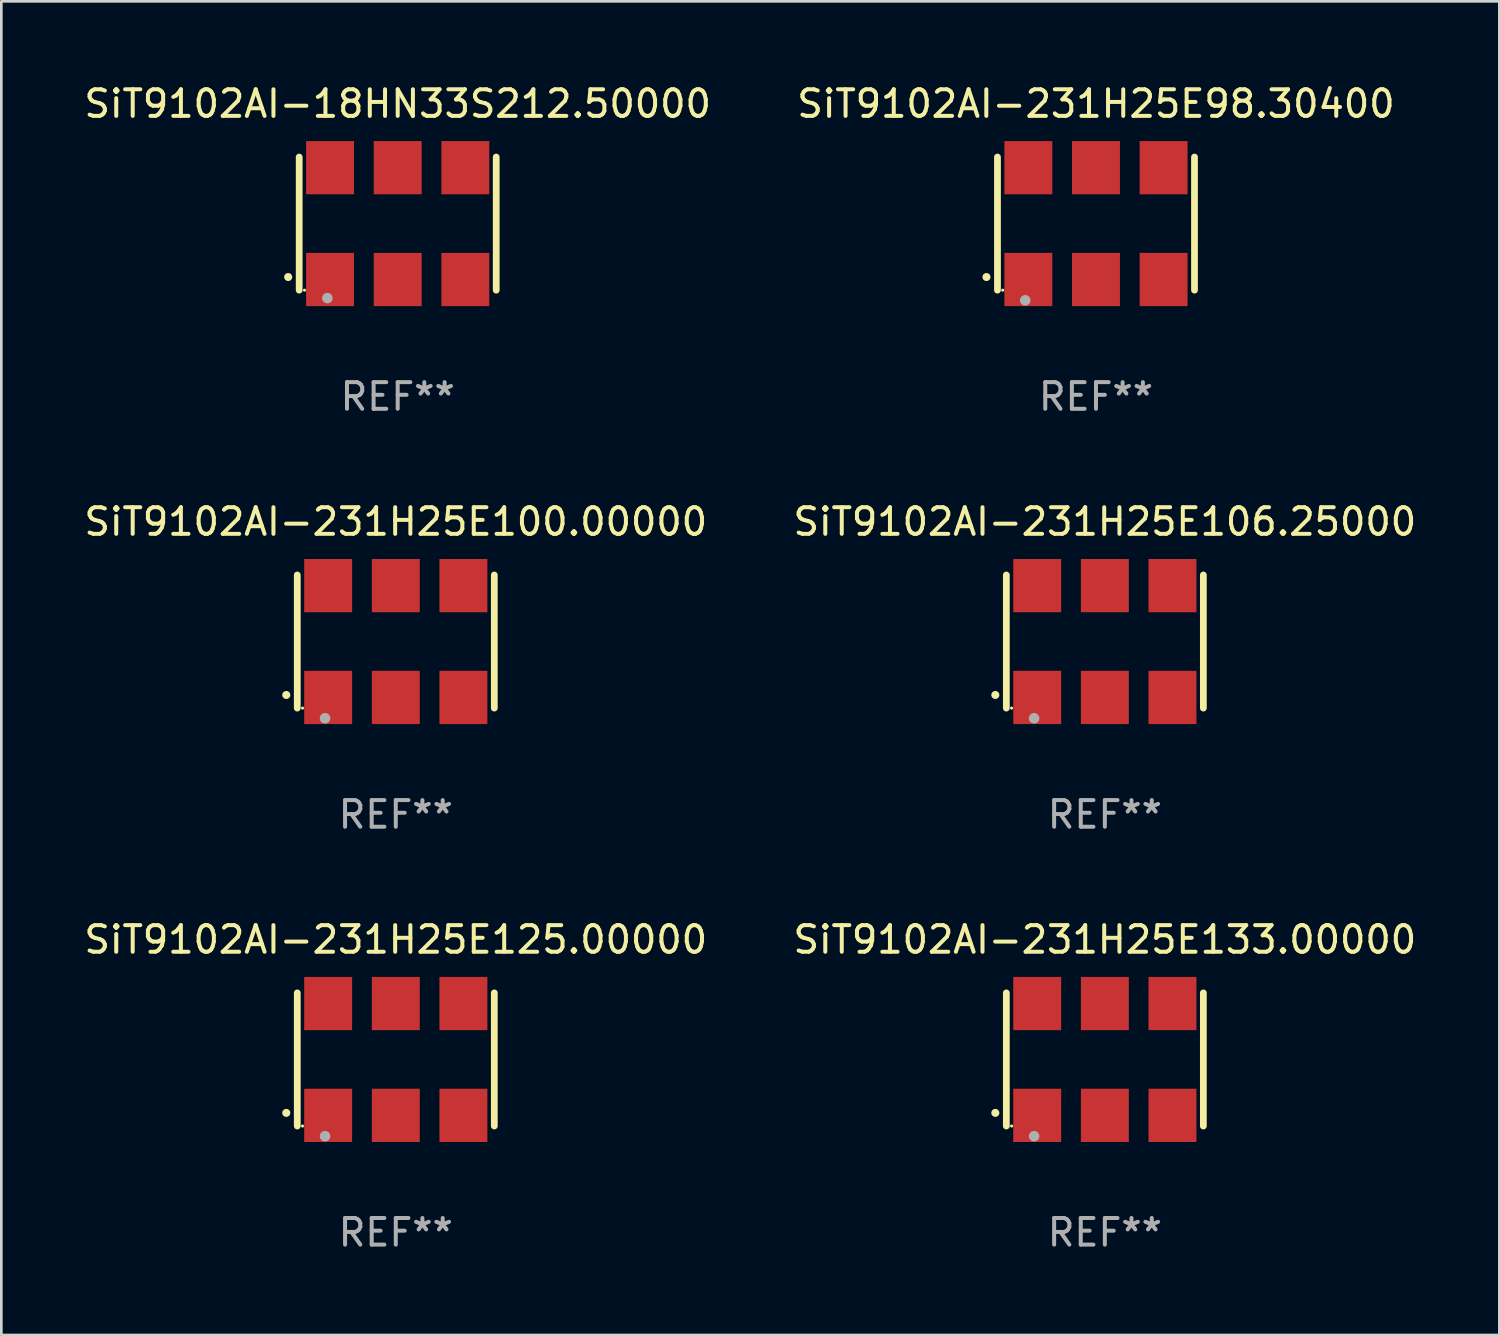
<source format=kicad_pcb>
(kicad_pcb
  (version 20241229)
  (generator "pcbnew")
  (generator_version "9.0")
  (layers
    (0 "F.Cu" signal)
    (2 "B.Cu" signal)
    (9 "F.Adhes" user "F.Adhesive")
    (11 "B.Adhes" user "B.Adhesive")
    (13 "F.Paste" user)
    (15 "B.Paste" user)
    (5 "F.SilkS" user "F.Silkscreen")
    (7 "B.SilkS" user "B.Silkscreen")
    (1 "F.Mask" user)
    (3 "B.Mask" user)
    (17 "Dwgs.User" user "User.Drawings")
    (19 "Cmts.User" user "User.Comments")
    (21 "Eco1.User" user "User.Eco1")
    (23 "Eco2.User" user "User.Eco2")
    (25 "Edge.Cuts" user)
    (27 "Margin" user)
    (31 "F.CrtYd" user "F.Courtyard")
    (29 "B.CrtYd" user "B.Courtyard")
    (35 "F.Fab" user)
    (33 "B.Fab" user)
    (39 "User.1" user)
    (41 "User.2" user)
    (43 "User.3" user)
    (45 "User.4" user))
  (footprint "SiT9102AI-231H25E125.00000"
    (layer "F.Cu")
    (at 11.815 36.741)
    (property "Reference" "SiT9102AI-231H25E125.00000" (at 0 -4.5 0) (layer "F.SilkS") (effects (font (size 1 1) (thickness 0.15))))
    (attr through_hole)
    (fp_line (start -3.7 -2.5) (end -3.7 2.5) (stroke (width 0.254) (type solid)) (layer "F.SilkS"))
    (fp_line (start 3.7 -2.5) (end 3.7 2.5) (stroke (width 0.254) (type solid)) (layer "F.SilkS"))
    (fp_arc (start -4.114415 2.006604) (mid -4.113145 2.006599) (end -4.111875 2.006604) (stroke (width 0.3) (type solid)) (layer "F.SilkS"))
    (fp_circle (center -3.502 2.5) (end -3.472 2.5) (stroke (width 0.06) (type solid)) (fill no) (layer "F.SilkS"))
    (fp_circle (center -2.657 2.882) (end -2.557 2.882) (stroke (width 0.2) (type solid)) (fill no) (layer "F.Fab"))
    (fp_text user "REF**" (at 0 6.5 0) (layer "F.Fab") (effects (font (size 1 1) (thickness 0.15))))
    (pad "1" smd rect (at -2.54 2.1) (size 1.8 2) (layers "F.Cu" "F.Mask" "F.Paste"))
    (pad "2" smd rect (at 0.000394 2.1) (size 1.8 2) (layers "F.Cu" "F.Mask" "F.Paste"))
    (pad "3" smd rect (at 2.54 2.1) (size 1.8 2) (layers "F.Cu" "F.Mask" "F.Paste"))
    (pad "4" smd rect (at 2.54 -2.1) (size 1.8 2) (layers "F.Cu" "F.Mask" "F.Paste"))
    (pad "5" smd rect (at 0.000394 -2.1) (size 1.8 2) (layers "F.Cu" "F.Mask" "F.Paste"))
    (pad "6" smd rect (at -2.54 -2.1) (size 1.8 2) (layers "F.Cu" "F.Mask" "F.Paste")))
  (footprint "SiT9102AI-231H25E100.00000"
    (layer "F.Cu")
    (at 11.815 21.045)
    (property "Reference" "SiT9102AI-231H25E100.00000" (at 0 -4.5 0) (layer "F.SilkS") (effects (font (size 1 1) (thickness 0.15))))
    (attr through_hole)
    (fp_line (start -3.7 -2.5) (end -3.7 2.5) (stroke (width 0.254) (type solid)) (layer "F.SilkS"))
    (fp_line (start 3.7 -2.5) (end 3.7 2.5) (stroke (width 0.254) (type solid)) (layer "F.SilkS"))
    (fp_arc (start -4.114415 2.006604) (mid -4.113145 2.006599) (end -4.111875 2.006604) (stroke (width 0.3) (type solid)) (layer "F.SilkS"))
    (fp_circle (center -3.502 2.5) (end -3.472 2.5) (stroke (width 0.06) (type solid)) (fill no) (layer "F.SilkS"))
    (fp_circle (center -2.657 2.882) (end -2.557 2.882) (stroke (width 0.2) (type solid)) (fill no) (layer "F.Fab"))
    (fp_text user "REF**" (at 0 6.5 0) (layer "F.Fab") (effects (font (size 1 1) (thickness 0.15))))
    (pad "1" smd rect (at -2.54 2.1) (size 1.8 2) (layers "F.Cu" "F.Mask" "F.Paste"))
    (pad "2" smd rect (at 0.000394 2.1) (size 1.8 2) (layers "F.Cu" "F.Mask" "F.Paste"))
    (pad "3" smd rect (at 2.54 2.1) (size 1.8 2) (layers "F.Cu" "F.Mask" "F.Paste"))
    (pad "4" smd rect (at 2.54 -2.1) (size 1.8 2) (layers "F.Cu" "F.Mask" "F.Paste"))
    (pad "5" smd rect (at 0.000394 -2.1) (size 1.8 2) (layers "F.Cu" "F.Mask" "F.Paste"))
    (pad "6" smd rect (at -2.54 -2.1) (size 1.8 2) (layers "F.Cu" "F.Mask" "F.Paste")))
  (footprint "SiT9102AI-231H25E133.00000"
    (layer "F.Cu")
    (at 38.446 36.741)
    (property "Reference" "SiT9102AI-231H25E133.00000" (at 0 -4.5 0) (layer "F.SilkS") (effects (font (size 1 1) (thickness 0.15))))
    (attr through_hole)
    (fp_line (start -3.7 -2.5) (end -3.7 2.5) (stroke (width 0.254) (type solid)) (layer "F.SilkS"))
    (fp_line (start 3.7 -2.5) (end 3.7 2.5) (stroke (width 0.254) (type solid)) (layer "F.SilkS"))
    (fp_arc (start -4.114415 2.006604) (mid -4.113145 2.006599) (end -4.111875 2.006604) (stroke (width 0.3) (type solid)) (layer "F.SilkS"))
    (fp_circle (center -3.502 2.5) (end -3.472 2.5) (stroke (width 0.06) (type solid)) (fill no) (layer "F.SilkS"))
    (fp_circle (center -2.657 2.882) (end -2.557 2.882) (stroke (width 0.2) (type solid)) (fill no) (layer "F.Fab"))
    (fp_text user "REF**" (at 0 6.5 0) (layer "F.Fab") (effects (font (size 1 1) (thickness 0.15))))
    (pad "1" smd rect (at -2.54 2.1) (size 1.8 2) (layers "F.Cu" "F.Mask" "F.Paste"))
    (pad "2" smd rect (at 0.000394 2.1) (size 1.8 2) (layers "F.Cu" "F.Mask" "F.Paste"))
    (pad "3" smd rect (at 2.54 2.1) (size 1.8 2) (layers "F.Cu" "F.Mask" "F.Paste"))
    (pad "4" smd rect (at 2.54 -2.1) (size 1.8 2) (layers "F.Cu" "F.Mask" "F.Paste"))
    (pad "5" smd rect (at 0.000394 -2.1) (size 1.8 2) (layers "F.Cu" "F.Mask" "F.Paste"))
    (pad "6" smd rect (at -2.54 -2.1) (size 1.8 2) (layers "F.Cu" "F.Mask" "F.Paste")))
  (footprint "SiT9102AI-231H25E106.25000"
    (layer "F.Cu")
    (at 38.446 21.045)
    (property "Reference" "SiT9102AI-231H25E106.25000" (at 0 -4.5 0) (layer "F.SilkS") (effects (font (size 1 1) (thickness 0.15))))
    (attr through_hole)
    (fp_line (start -3.7 -2.5) (end -3.7 2.5) (stroke (width 0.254) (type solid)) (layer "F.SilkS"))
    (fp_line (start 3.7 -2.5) (end 3.7 2.5) (stroke (width 0.254) (type solid)) (layer "F.SilkS"))
    (fp_arc (start -4.114415 2.006604) (mid -4.113145 2.006599) (end -4.111875 2.006604) (stroke (width 0.3) (type solid)) (layer "F.SilkS"))
    (fp_circle (center -3.502 2.5) (end -3.472 2.5) (stroke (width 0.06) (type solid)) (fill no) (layer "F.SilkS"))
    (fp_circle (center -2.657 2.882) (end -2.557 2.882) (stroke (width 0.2) (type solid)) (fill no) (layer "F.Fab"))
    (fp_text user "REF**" (at 0 6.5 0) (layer "F.Fab") (effects (font (size 1 1) (thickness 0.15))))
    (pad "1" smd rect (at -2.54 2.1) (size 1.8 2) (layers "F.Cu" "F.Mask" "F.Paste"))
    (pad "2" smd rect (at 0.000394 2.1) (size 1.8 2) (layers "F.Cu" "F.Mask" "F.Paste"))
    (pad "3" smd rect (at 2.54 2.1) (size 1.8 2) (layers "F.Cu" "F.Mask" "F.Paste"))
    (pad "4" smd rect (at 2.54 -2.1) (size 1.8 2) (layers "F.Cu" "F.Mask" "F.Paste"))
    (pad "5" smd rect (at 0.000394 -2.1) (size 1.8 2) (layers "F.Cu" "F.Mask" "F.Paste"))
    (pad "6" smd rect (at -2.54 -2.1) (size 1.8 2) (layers "F.Cu" "F.Mask" "F.Paste")))
  (footprint "SiT9102AI-231H25E98.30400"
    (layer "F.Cu")
    (at 38.113 5.348)
    (property "Reference" "SiT9102AI-231H25E98.30400" (at 0 -4.5 0) (layer "F.SilkS") (effects (font (size 1 1) (thickness 0.15))))
    (attr through_hole)
    (fp_line (start -3.7 -2.5) (end -3.7 2.5) (stroke (width 0.254) (type solid)) (layer "F.SilkS"))
    (fp_line (start 3.7 -2.5) (end 3.7 2.5) (stroke (width 0.254) (type solid)) (layer "F.SilkS"))
    (fp_arc (start -4.114415 2.006604) (mid -4.113145 2.006599) (end -4.111875 2.006604) (stroke (width 0.3) (type solid)) (layer "F.SilkS"))
    (fp_circle (center -3.502 2.5) (end -3.472 2.5) (stroke (width 0.06) (type solid)) (fill no) (layer "F.SilkS"))
    (fp_circle (center -2.657 2.882) (end -2.557 2.882) (stroke (width 0.2) (type solid)) (fill no) (layer "F.Fab"))
    (fp_text user "REF**" (at 0 6.5 0) (layer "F.Fab") (effects (font (size 1 1) (thickness 0.15))))
    (pad "1" smd rect (at -2.54 2.1) (size 1.8 2) (layers "F.Cu" "F.Mask" "F.Paste"))
    (pad "2" smd rect (at 0.000394 2.1) (size 1.8 2) (layers "F.Cu" "F.Mask" "F.Paste"))
    (pad "3" smd rect (at 2.54 2.1) (size 1.8 2) (layers "F.Cu" "F.Mask" "F.Paste"))
    (pad "4" smd rect (at 2.54 -2.1) (size 1.8 2) (layers "F.Cu" "F.Mask" "F.Paste"))
    (pad "5" smd rect (at 0.000394 -2.1) (size 1.8 2) (layers "F.Cu" "F.Mask" "F.Paste"))
    (pad "6" smd rect (at -2.54 -2.1) (size 1.8 2) (layers "F.Cu" "F.Mask" "F.Paste")))
  (footprint "SiT9102AI-18HN33S212.50000"
    (layer "F.Cu")
    (at 11.887 5.348)
    (property "Reference" "SiT9102AI-18HN33S212.50000" (at 0 -4.5 0) (layer "F.SilkS") (effects (font (size 1 1) (thickness 0.15))))
    (attr through_hole)
    (fp_line (start -3.7 -2.5) (end -3.7 2.5) (stroke (width 0.254) (type solid)) (layer "F.SilkS"))
    (fp_line (start 3.7 -2.5) (end 3.7 2.5) (stroke (width 0.254) (type solid)) (layer "F.SilkS"))
    (fp_arc (start -4.114415 2.006604) (mid -4.113145 2.006599) (end -4.111875 2.006604) (stroke (width 0.3) (type solid)) (layer "F.SilkS"))
    (fp_circle (center -3.5 2.501) (end -3.47 2.501) (stroke (width 0.06) (type solid)) (fill no) (layer "F.SilkS"))
    (fp_circle (center -2.641 2.799) (end -2.541 2.799) (stroke (width 0.2) (type solid)) (fill no) (layer "F.Fab"))
    (fp_text user "REF**" (at 0 6.5 0) (layer "F.Fab") (effects (font (size 1 1) (thickness 0.15))))
    (pad "1" smd rect (at -2.54 2.1) (size 1.8 2) (layers "F.Cu" "F.Mask" "F.Paste"))
    (pad "2" smd rect (at 0.000394 2.1) (size 1.8 2) (layers "F.Cu" "F.Mask" "F.Paste"))
    (pad "3" smd rect (at 2.54 2.1) (size 1.8 2) (layers "F.Cu" "F.Mask" "F.Paste"))
    (pad "4" smd rect (at 2.54 -2.1) (size 1.8 2) (layers "F.Cu" "F.Mask" "F.Paste"))
    (pad "5" smd rect (at 0.000394 -2.1) (size 1.8 2) (layers "F.Cu" "F.Mask" "F.Paste"))
    (pad "6" smd rect (at -2.54 -2.1) (size 1.8 2) (layers "F.Cu" "F.Mask" "F.Paste")))
  (gr_rect
    (start -3 -3)
    (end 53.262 47.09)
    (stroke (width 0.1) (type default))
    (fill no)
    (layer "Edge.Cuts")))
</source>
